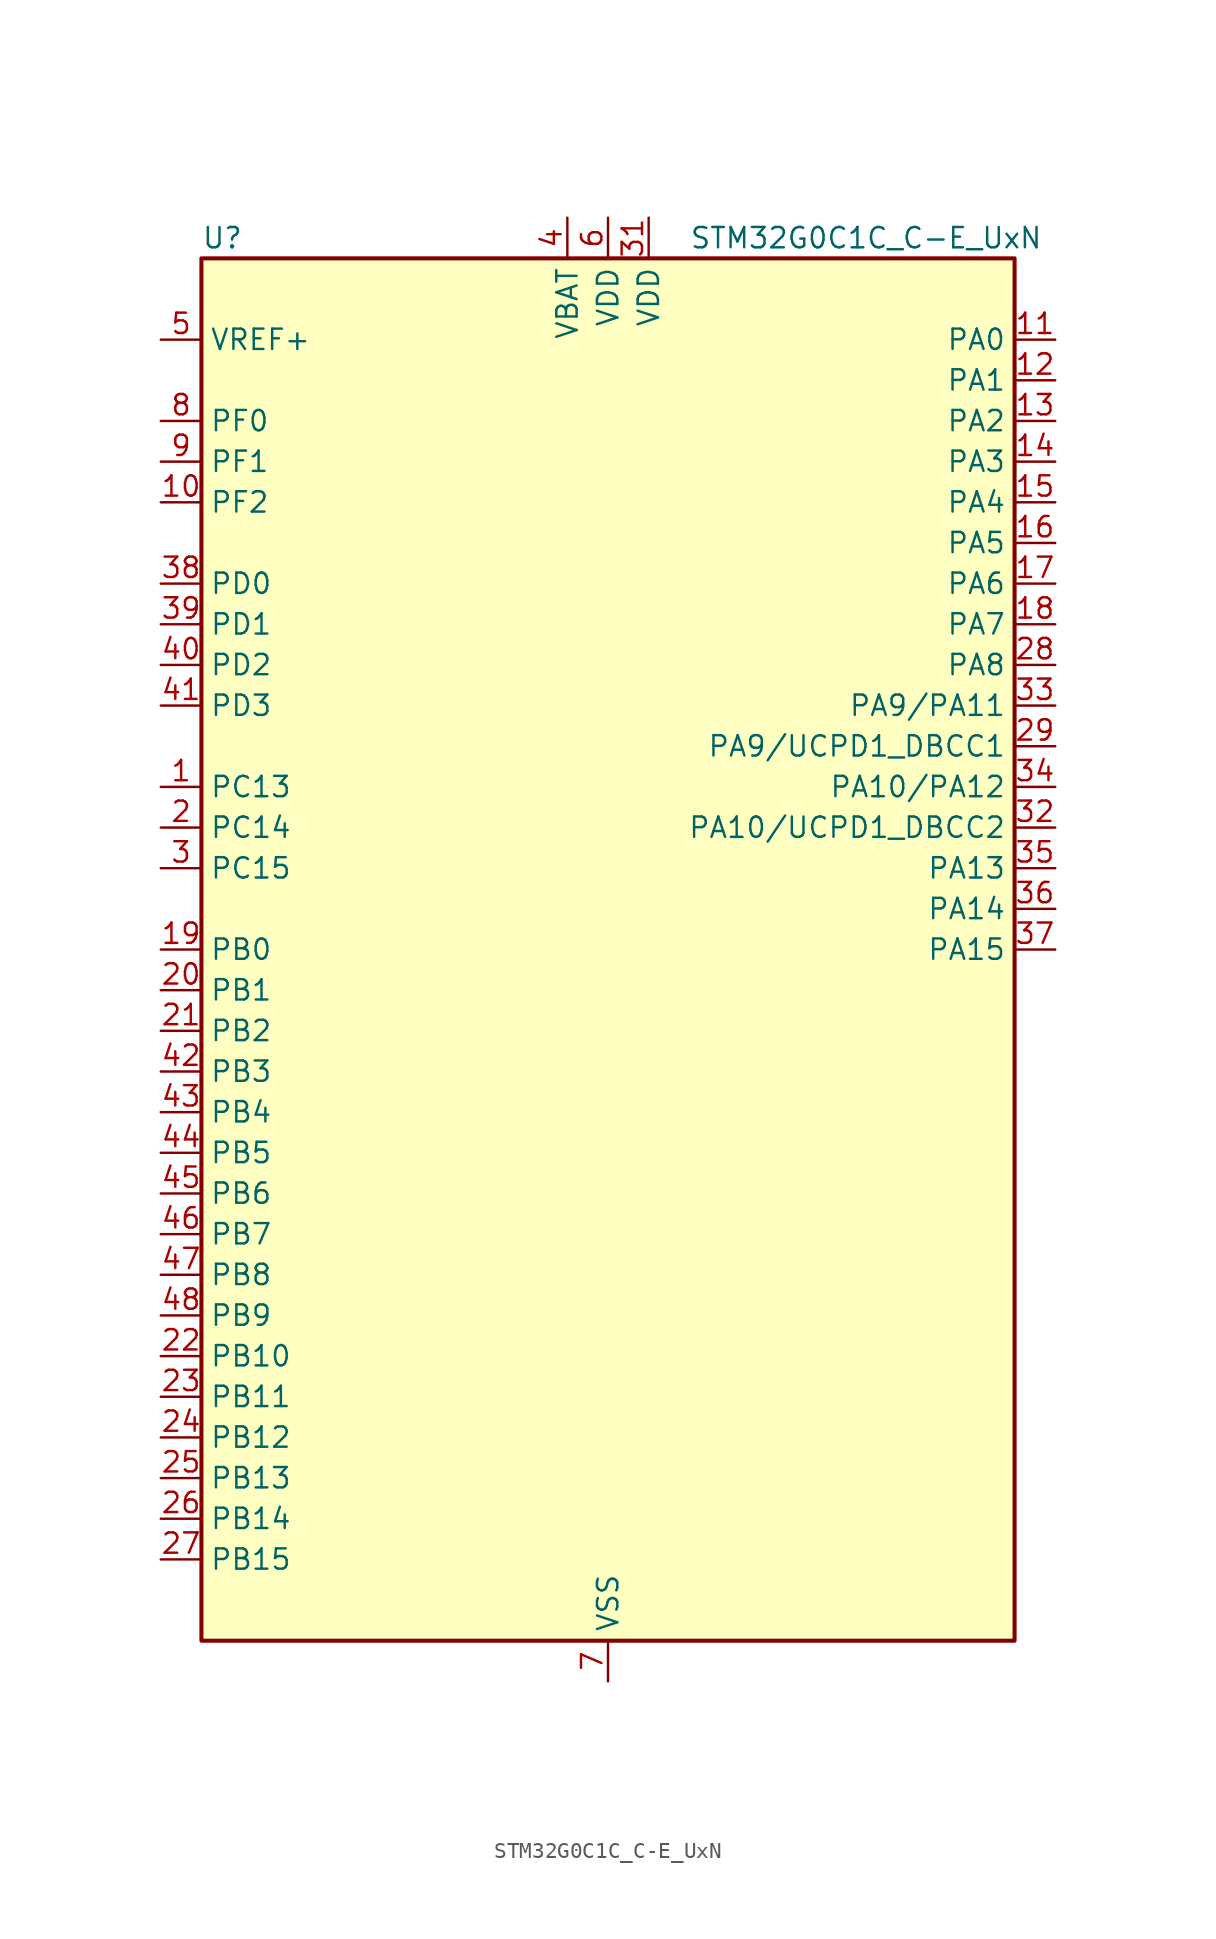
<source format=kicad_sym>
(kicad_symbol_lib
  (version 20241209)
  (generator "kicad_symbol_editor")
  (generator_version "9.0")
  (symbol "STM32G0C1C_C-E_UxN"
    (property "Reference" "U"
      (at -25.4 44.45 0)
      (effects (font (size 1.27 1.27)) (justify left)))
    (property "Value" "STM32G0C1C_C-E_UxN"
      (at 5.08 44.45 0)
      (effects (font (size 1.27 1.27)) (justify left)))
    (symbol "STM32G0C1C_C-E_UxN_0_1"
      (rectangle (start -25.4 -43.18) (end 25.4 43.18) (stroke (width 0.254) (type default)) (fill (type background))))
    (symbol "STM32G0C1C_C-E_UxN_1_1"
      (pin input line (at -27.94 38.1 0) (length 2.54) (name "VREF+" (effects (font (size 1.27 1.27)))) (number "5" (effects (font (size 1.27 1.27)))) (alternate "VREFBUF_OUT" bidirectional line))
      (pin bidirectional line (at -27.94 33.02 0) (length 2.54) (name "PF0" (effects (font (size 1.27 1.27)))) (number "8" (effects (font (size 1.27 1.27)))) (alternate "CRS1_SYNC" bidirectional line) (alternate "RCC_OSC_IN" bidirectional line) (alternate "TIM14_CH1" bidirectional line))
      (pin bidirectional line (at -27.94 30.48 0) (length 2.54) (name "PF1" (effects (font (size 1.27 1.27)))) (number "9" (effects (font (size 1.27 1.27)))) (alternate "RCC_OSC_EN" bidirectional line) (alternate "RCC_OSC_OUT" bidirectional line) (alternate "TIM15_CH1N" bidirectional line))
      (pin bidirectional line (at -27.94 27.94 0) (length 2.54) (name "PF2" (effects (font (size 1.27 1.27)))) (number "10" (effects (font (size 1.27 1.27)))) (alternate "LPUART2_DE" bidirectional line) (alternate "LPUART2_RTS" bidirectional line) (alternate "LPUART2_TX" bidirectional line) (alternate "RCC_MCO" bidirectional line))
      (pin bidirectional line (at -27.94 22.86 0) (length 2.54) (name "PD0" (effects (font (size 1.27 1.27)))) (number "38" (effects (font (size 1.27 1.27)))) (alternate "FDCAN1_RX" bidirectional line) (alternate "I2S2_WS" bidirectional line) (alternate "SPI2_NSS" bidirectional line) (alternate "TIM16_CH1" bidirectional line) (alternate "UCPD2_CC1" bidirectional line))
      (pin bidirectional line (at -27.94 20.32 0) (length 2.54) (name "PD1" (effects (font (size 1.27 1.27)))) (number "39" (effects (font (size 1.27 1.27)))) (alternate "FDCAN1_TX" bidirectional line) (alternate "I2S2_CK" bidirectional line) (alternate "SPI2_SCK" bidirectional line) (alternate "TIM17_CH1" bidirectional line) (alternate "UCPD2_DBCC1" bidirectional line))
      (pin bidirectional line (at -27.94 17.78 0) (length 2.54) (name "PD2" (effects (font (size 1.27 1.27)))) (number "40" (effects (font (size 1.27 1.27)))) (alternate "TIM1_CH1N" bidirectional line) (alternate "TIM3_ETR" bidirectional line) (alternate "UCPD2_CC2" bidirectional line) (alternate "USART3_CK" bidirectional line) (alternate "USART3_DE" bidirectional line) (alternate "USART3_RTS" bidirectional line) (alternate "USART5_RX" bidirectional line))
      (pin bidirectional line (at -27.94 15.24 0) (length 2.54) (name "PD3" (effects (font (size 1.27 1.27)))) (number "41" (effects (font (size 1.27 1.27)))) (alternate "I2S2_MCK" bidirectional line) (alternate "SPI2_MISO" bidirectional line) (alternate "TIM1_CH2N" bidirectional line) (alternate "UCPD2_DBCC2" bidirectional line) (alternate "USART2_CTS" bidirectional line) (alternate "USART2_NSS" bidirectional line) (alternate "USART5_TX" bidirectional line))
      (pin bidirectional line (at -27.94 10.16 0) (length 2.54) (name "PC13" (effects (font (size 1.27 1.27)))) (number "1" (effects (font (size 1.27 1.27)))) (alternate "RTC_OUT1" bidirectional line) (alternate "RTC_TAMP_IN1" bidirectional line) (alternate "RTC_TS" bidirectional line) (alternate "SYS_WKUP2" bidirectional line) (alternate "TIM1_BK" bidirectional line))
      (pin bidirectional line (at -27.94 7.62 0) (length 2.54) (name "PC14" (effects (font (size 1.27 1.27)))) (number "2" (effects (font (size 1.27 1.27)))) (alternate "RCC_OSC32_IN" bidirectional line) (alternate "TIM1_BK2" bidirectional line))
      (pin bidirectional line (at -27.94 5.08 0) (length 2.54) (name "PC15" (effects (font (size 1.27 1.27)))) (number "3" (effects (font (size 1.27 1.27)))) (alternate "RCC_OSC32_EN" bidirectional line) (alternate "RCC_OSC32_OUT" bidirectional line) (alternate "RCC_OSC_EN" bidirectional line) (alternate "TIM15_BK" bidirectional line))
      (pin bidirectional line (at -27.94 0 0) (length 2.54) (name "PB0" (effects (font (size 1.27 1.27)))) (number "19" (effects (font (size 1.27 1.27)))) (alternate "ADC1_IN8" bidirectional line) (alternate "COMP1_OUT" bidirectional line) (alternate "COMP3_INP" bidirectional line) (alternate "FDCAN2_RX" bidirectional line) (alternate "I2S1_WS" bidirectional line) (alternate "LPTIM1_OUT" bidirectional line) (alternate "LPUART2_CTS" bidirectional line) (alternate "SPI1_NSS" bidirectional line) (alternate "TIM1_CH2N" bidirectional line) (alternate "TIM3_CH3" bidirectional line) (alternate "UCPD1_FRSTX1" bidirectional line) (alternate "UCPD1_FRSTX2" bidirectional line) (alternate "USART3_RX" bidirectional line) (alternate "USART5_TX" bidirectional line))
      (pin bidirectional line (at -27.94 -2.54 0) (length 2.54) (name "PB1" (effects (font (size 1.27 1.27)))) (number "20" (effects (font (size 1.27 1.27)))) (alternate "ADC1_IN9" bidirectional line) (alternate "COMP1_INM" bidirectional line) (alternate "COMP3_OUT" bidirectional line) (alternate "FDCAN2_TX" bidirectional line) (alternate "LPTIM2_IN1" bidirectional line) (alternate "LPUART1_DE" bidirectional line) (alternate "LPUART1_RTS" bidirectional line) (alternate "LPUART2_DE" bidirectional line) (alternate "LPUART2_RTS" bidirectional line) (alternate "TIM14_CH1" bidirectional line) (alternate "TIM1_CH3N" bidirectional line) (alternate "TIM3_CH4" bidirectional line) (alternate "USART3_CK" bidirectional line) (alternate "USART3_DE" bidirectional line) (alternate "USART3_RTS" bidirectional line) (alternate "USART5_RX" bidirectional line))
      (pin bidirectional line (at -27.94 -5.08 0) (length 2.54) (name "PB2" (effects (font (size 1.27 1.27)))) (number "21" (effects (font (size 1.27 1.27)))) (alternate "ADC1_IN10" bidirectional line) (alternate "COMP1_INP" bidirectional line) (alternate "COMP3_INM" bidirectional line) (alternate "I2S2_MCK" bidirectional line) (alternate "LPTIM1_OUT" bidirectional line) (alternate "RCC_MCO_2" bidirectional line) (alternate "SPI2_MISO" bidirectional line) (alternate "USART3_TX" bidirectional line))
      (pin bidirectional line (at -27.94 -7.62 0) (length 2.54) (name "PB3" (effects (font (size 1.27 1.27)))) (number "42" (effects (font (size 1.27 1.27)))) (alternate "COMP2_INM" bidirectional line) (alternate "I2C2_SCL" bidirectional line) (alternate "I2C3_SCL" bidirectional line) (alternate "I2S1_CK" bidirectional line) (alternate "SPI1_SCK" bidirectional line) (alternate "SPI3_SCK" bidirectional line) (alternate "TIM1_CH2" bidirectional line) (alternate "TIM2_CH2" bidirectional line) (alternate "USART1_CK" bidirectional line) (alternate "USART1_DE" bidirectional line) (alternate "USART1_RTS" bidirectional line) (alternate "USART5_TX" bidirectional line))
      (pin bidirectional line (at -27.94 -10.16 0) (length 2.54) (name "PB4" (effects (font (size 1.27 1.27)))) (number "43" (effects (font (size 1.27 1.27)))) (alternate "COMP2_INP" bidirectional line) (alternate "I2C2_SDA" bidirectional line) (alternate "I2C3_SDA" bidirectional line) (alternate "I2S1_MCK" bidirectional line) (alternate "SPI1_MISO" bidirectional line) (alternate "SPI3_MISO" bidirectional line) (alternate "TIM17_BK" bidirectional line) (alternate "TIM3_CH1" bidirectional line) (alternate "USART1_CTS" bidirectional line) (alternate "USART1_NSS" bidirectional line) (alternate "USART5_RX" bidirectional line))
      (pin bidirectional line (at -27.94 -12.7 0) (length 2.54) (name "PB5" (effects (font (size 1.27 1.27)))) (number "44" (effects (font (size 1.27 1.27)))) (alternate "COMP2_OUT" bidirectional line) (alternate "FDCAN2_RX" bidirectional line) (alternate "I2C1_SMBA" bidirectional line) (alternate "I2S1_SD" bidirectional line) (alternate "LPTIM1_IN1" bidirectional line) (alternate "SPI1_MOSI" bidirectional line) (alternate "SPI3_MOSI" bidirectional line) (alternate "SYS_WKUP6" bidirectional line) (alternate "TIM16_BK" bidirectional line) (alternate "TIM3_CH2" bidirectional line) (alternate "USART5_CK" bidirectional line) (alternate "USART5_DE" bidirectional line) (alternate "USART5_RTS" bidirectional line))
      (pin bidirectional line (at -27.94 -15.24 0) (length 2.54) (name "PB6" (effects (font (size 1.27 1.27)))) (number "45" (effects (font (size 1.27 1.27)))) (alternate "COMP2_INP" bidirectional line) (alternate "FDCAN2_TX" bidirectional line) (alternate "I2C1_SCL" bidirectional line) (alternate "I2S2_MCK" bidirectional line) (alternate "LPTIM1_ETR" bidirectional line) (alternate "LPUART2_TX" bidirectional line) (alternate "SPI2_MISO" bidirectional line) (alternate "TIM16_CH1N" bidirectional line) (alternate "TIM1_CH3" bidirectional line) (alternate "TIM4_CH1" bidirectional line) (alternate "USART1_TX" bidirectional line) (alternate "USART5_CTS" bidirectional line) (alternate "USART5_NSS" bidirectional line))
      (pin bidirectional line (at -27.94 -17.78 0) (length 2.54) (name "PB7" (effects (font (size 1.27 1.27)))) (number "46" (effects (font (size 1.27 1.27)))) (alternate "COMP2_INM" bidirectional line) (alternate "I2C1_SDA" bidirectional line) (alternate "I2S2_SD" bidirectional line) (alternate "LPTIM1_IN2" bidirectional line) (alternate "LPUART2_RX" bidirectional line) (alternate "SPI2_MOSI" bidirectional line) (alternate "SYS_PVD_IN" bidirectional line) (alternate "TIM17_CH1N" bidirectional line) (alternate "TIM4_CH2" bidirectional line) (alternate "USART1_RX" bidirectional line) (alternate "USART4_CTS" bidirectional line) (alternate "USART4_NSS" bidirectional line))
      (pin bidirectional line (at -27.94 -20.32 0) (length 2.54) (name "PB8" (effects (font (size 1.27 1.27)))) (number "47" (effects (font (size 1.27 1.27)))) (alternate "CEC" bidirectional line) (alternate "FDCAN1_RX" bidirectional line) (alternate "I2C1_SCL" bidirectional line) (alternate "I2S2_CK" bidirectional line) (alternate "SPI2_SCK" bidirectional line) (alternate "TIM15_BK" bidirectional line) (alternate "TIM16_CH1" bidirectional line) (alternate "TIM4_CH3" bidirectional line) (alternate "USART3_TX" bidirectional line) (alternate "USART6_TX" bidirectional line))
      (pin bidirectional line (at -27.94 -22.86 0) (length 2.54) (name "PB9" (effects (font (size 1.27 1.27)))) (number "48" (effects (font (size 1.27 1.27)))) (alternate "DAC1_EXTI9" bidirectional line) (alternate "FDCAN1_TX" bidirectional line) (alternate "I2C1_SDA" bidirectional line) (alternate "I2S2_WS" bidirectional line) (alternate "IR_OUT" bidirectional line) (alternate "SPI2_NSS" bidirectional line) (alternate "TIM17_CH1" bidirectional line) (alternate "TIM4_CH4" bidirectional line) (alternate "UCPD2_FRSTX1" bidirectional line) (alternate "UCPD2_FRSTX2" bidirectional line) (alternate "USART3_RX" bidirectional line) (alternate "USART6_RX" bidirectional line))
      (pin bidirectional line (at -27.94 -25.4 0) (length 2.54) (name "PB10" (effects (font (size 1.27 1.27)))) (number "22" (effects (font (size 1.27 1.27)))) (alternate "ADC1_IN11" bidirectional line) (alternate "CEC" bidirectional line) (alternate "COMP1_OUT" bidirectional line) (alternate "I2C2_SCL" bidirectional line) (alternate "I2S2_CK" bidirectional line) (alternate "LPUART1_RX" bidirectional line) (alternate "SPI2_SCK" bidirectional line) (alternate "TIM2_CH3" bidirectional line) (alternate "USART3_TX" bidirectional line))
      (pin bidirectional line (at -27.94 -27.94 0) (length 2.54) (name "PB11" (effects (font (size 1.27 1.27)))) (number "23" (effects (font (size 1.27 1.27)))) (alternate "ADC1_EXTI11" bidirectional line) (alternate "ADC1_IN15" bidirectional line) (alternate "COMP2_OUT" bidirectional line) (alternate "I2C2_SDA" bidirectional line) (alternate "I2S2_SD" bidirectional line) (alternate "LPUART1_TX" bidirectional line) (alternate "SPI2_MOSI" bidirectional line) (alternate "TIM2_CH4" bidirectional line) (alternate "USART3_RX" bidirectional line))
      (pin bidirectional line (at -27.94 -30.48 0) (length 2.54) (name "PB12" (effects (font (size 1.27 1.27)))) (number "24" (effects (font (size 1.27 1.27)))) (alternate "ADC1_IN16" bidirectional line) (alternate "FDCAN2_RX" bidirectional line) (alternate "I2C2_SMBA" bidirectional line) (alternate "I2S2_WS" bidirectional line) (alternate "LPUART1_DE" bidirectional line) (alternate "LPUART1_RTS" bidirectional line) (alternate "SPI2_NSS" bidirectional line) (alternate "TIM15_BK" bidirectional line) (alternate "TIM1_BK" bidirectional line) (alternate "UCPD2_FRSTX1" bidirectional line) (alternate "UCPD2_FRSTX2" bidirectional line))
      (pin bidirectional line (at -27.94 -33.02 0) (length 2.54) (name "PB13" (effects (font (size 1.27 1.27)))) (number "25" (effects (font (size 1.27 1.27)))) (alternate "FDCAN2_TX" bidirectional line) (alternate "I2C2_SCL" bidirectional line) (alternate "I2S2_CK" bidirectional line) (alternate "LPUART1_CTS" bidirectional line) (alternate "SPI2_SCK" bidirectional line) (alternate "TIM15_CH1N" bidirectional line) (alternate "TIM1_CH1N" bidirectional line) (alternate "USART3_CTS" bidirectional line) (alternate "USART3_NSS" bidirectional line))
      (pin bidirectional line (at -27.94 -35.56 0) (length 2.54) (name "PB14" (effects (font (size 1.27 1.27)))) (number "26" (effects (font (size 1.27 1.27)))) (alternate "I2C2_SDA" bidirectional line) (alternate "I2S2_MCK" bidirectional line) (alternate "SPI2_MISO" bidirectional line) (alternate "TIM15_CH1" bidirectional line) (alternate "TIM1_CH2N" bidirectional line) (alternate "UCPD1_FRSTX1" bidirectional line) (alternate "UCPD1_FRSTX2" bidirectional line) (alternate "USART3_CK" bidirectional line) (alternate "USART3_DE" bidirectional line) (alternate "USART3_RTS" bidirectional line) (alternate "USART6_CK" bidirectional line) (alternate "USART6_DE" bidirectional line) (alternate "USART6_RTS" bidirectional line))
      (pin bidirectional line (at -27.94 -38.1 0) (length 2.54) (name "PB15" (effects (font (size 1.27 1.27)))) (number "27" (effects (font (size 1.27 1.27)))) (alternate "I2S2_SD" bidirectional line) (alternate "RTC_REFIN" bidirectional line) (alternate "SPI2_MOSI" bidirectional line) (alternate "TIM15_CH1N" bidirectional line) (alternate "TIM15_CH2" bidirectional line) (alternate "TIM1_CH3N" bidirectional line) (alternate "UCPD1_CC2" bidirectional line) (alternate "USART6_CTS" bidirectional line) (alternate "USART6_NSS" bidirectional line))
      (pin power_in line (at -2.54 45.72 270) (length 2.54) (name "VBAT" (effects (font (size 1.27 1.27)))) (number "4" (effects (font (size 1.27 1.27)))))
      (pin power_in line (at 0 45.72 270) (length 2.54) (name "VDD" (effects (font (size 1.27 1.27)))) (number "6" (effects (font (size 1.27 1.27)))))
      (pin passive line (at 0 -45.72 90) (length 2.54) (hide yes) (name "VSS" (effects (font (size 1.27 1.27)))) (number "30" (effects (font (size 1.27 1.27)))))
      (pin passive line (at 0 -45.72 90) (length 2.54) (hide yes) (name "VSS" (effects (font (size 1.27 1.27)))) (number "49" (effects (font (size 1.27 1.27)))))
      (pin power_in line (at 0 -45.72 90) (length 2.54) (name "VSS" (effects (font (size 1.27 1.27)))) (number "7" (effects (font (size 1.27 1.27)))))
      (pin power_in line (at 2.54 45.72 270) (length 2.54) (name "VDD" (effects (font (size 1.27 1.27)))) (number "31" (effects (font (size 1.27 1.27)))))
      (pin bidirectional line (at 27.94 38.1 180) (length 2.54) (name "PA0" (effects (font (size 1.27 1.27)))) (number "11" (effects (font (size 1.27 1.27)))) (alternate "ADC1_IN0" bidirectional line) (alternate "COMP1_INM" bidirectional line) (alternate "COMP1_OUT" bidirectional line) (alternate "I2S2_CK" bidirectional line) (alternate "LPTIM1_OUT" bidirectional line) (alternate "RTC_TAMP_IN2" bidirectional line) (alternate "SPI2_SCK" bidirectional line) (alternate "SYS_WKUP1" bidirectional line) (alternate "TIM2_CH1" bidirectional line) (alternate "TIM2_ETR" bidirectional line) (alternate "UCPD2_FRSTX1" bidirectional line) (alternate "UCPD2_FRSTX2" bidirectional line) (alternate "USART2_CTS" bidirectional line) (alternate "USART2_NSS" bidirectional line) (alternate "USART4_TX" bidirectional line))
      (pin bidirectional line (at 27.94 35.56 180) (length 2.54) (name "PA1" (effects (font (size 1.27 1.27)))) (number "12" (effects (font (size 1.27 1.27)))) (alternate "ADC1_IN1" bidirectional line) (alternate "COMP1_INP" bidirectional line) (alternate "I2C1_SMBA" bidirectional line) (alternate "I2S1_CK" bidirectional line) (alternate "SPI1_SCK" bidirectional line) (alternate "TIM15_CH1N" bidirectional line) (alternate "TIM2_CH2" bidirectional line) (alternate "USART2_CK" bidirectional line) (alternate "USART2_DE" bidirectional line) (alternate "USART2_RTS" bidirectional line) (alternate "USART4_RX" bidirectional line))
      (pin bidirectional line (at 27.94 33.02 180) (length 2.54) (name "PA2" (effects (font (size 1.27 1.27)))) (number "13" (effects (font (size 1.27 1.27)))) (alternate "ADC1_IN2" bidirectional line) (alternate "COMP2_INM" bidirectional line) (alternate "COMP2_OUT" bidirectional line) (alternate "I2S1_SD" bidirectional line) (alternate "LPUART1_TX" bidirectional line) (alternate "RCC_LSCO" bidirectional line) (alternate "SPI1_MOSI" bidirectional line) (alternate "SYS_WKUP4" bidirectional line) (alternate "TIM15_CH1" bidirectional line) (alternate "TIM2_CH3" bidirectional line) (alternate "UCPD1_FRSTX1" bidirectional line) (alternate "UCPD1_FRSTX2" bidirectional line) (alternate "USART2_TX" bidirectional line))
      (pin bidirectional line (at 27.94 30.48 180) (length 2.54) (name "PA3" (effects (font (size 1.27 1.27)))) (number "14" (effects (font (size 1.27 1.27)))) (alternate "ADC1_IN3" bidirectional line) (alternate "COMP2_INP" bidirectional line) (alternate "I2S2_MCK" bidirectional line) (alternate "LPUART1_RX" bidirectional line) (alternate "SPI2_MISO" bidirectional line) (alternate "TIM15_CH2" bidirectional line) (alternate "TIM2_CH4" bidirectional line) (alternate "UCPD2_FRSTX1" bidirectional line) (alternate "UCPD2_FRSTX2" bidirectional line) (alternate "USART2_RX" bidirectional line))
      (pin bidirectional line (at 27.94 27.94 180) (length 2.54) (name "PA4" (effects (font (size 1.27 1.27)))) (number "15" (effects (font (size 1.27 1.27)))) (alternate "ADC1_IN4" bidirectional line) (alternate "DAC1_OUT1" bidirectional line) (alternate "I2S1_WS" bidirectional line) (alternate "I2S2_SD" bidirectional line) (alternate "LPTIM2_OUT" bidirectional line) (alternate "RTC_OUT2" bidirectional line) (alternate "SPI1_NSS" bidirectional line) (alternate "SPI2_MOSI" bidirectional line) (alternate "SPI3_NSS" bidirectional line) (alternate "TIM14_CH1" bidirectional line) (alternate "UCPD2_FRSTX1" bidirectional line) (alternate "UCPD2_FRSTX2" bidirectional line) (alternate "USART6_TX" bidirectional line) (alternate "USB_NOE" bidirectional line))
      (pin bidirectional line (at 27.94 25.4 180) (length 2.54) (name "PA5" (effects (font (size 1.27 1.27)))) (number "16" (effects (font (size 1.27 1.27)))) (alternate "ADC1_IN5" bidirectional line) (alternate "CEC" bidirectional line) (alternate "DAC1_OUT2" bidirectional line) (alternate "I2S1_CK" bidirectional line) (alternate "LPTIM2_ETR" bidirectional line) (alternate "SPI1_SCK" bidirectional line) (alternate "TIM2_CH1" bidirectional line) (alternate "TIM2_ETR" bidirectional line) (alternate "UCPD1_FRSTX1" bidirectional line) (alternate "UCPD1_FRSTX2" bidirectional line) (alternate "USART3_TX" bidirectional line) (alternate "USART6_RX" bidirectional line))
      (pin bidirectional line (at 27.94 22.86 180) (length 2.54) (name "PA6" (effects (font (size 1.27 1.27)))) (number "17" (effects (font (size 1.27 1.27)))) (alternate "ADC1_IN6" bidirectional line) (alternate "COMP1_OUT" bidirectional line) (alternate "I2C2_SDA" bidirectional line) (alternate "I2C3_SDA" bidirectional line) (alternate "I2S1_MCK" bidirectional line) (alternate "LPUART1_CTS" bidirectional line) (alternate "SPI1_MISO" bidirectional line) (alternate "TIM16_CH1" bidirectional line) (alternate "TIM1_BK" bidirectional line) (alternate "TIM3_CH1" bidirectional line) (alternate "USART3_CTS" bidirectional line) (alternate "USART3_NSS" bidirectional line) (alternate "USART6_CTS" bidirectional line) (alternate "USART6_NSS" bidirectional line))
      (pin bidirectional line (at 27.94 20.32 180) (length 2.54) (name "PA7" (effects (font (size 1.27 1.27)))) (number "18" (effects (font (size 1.27 1.27)))) (alternate "ADC1_IN7" bidirectional line) (alternate "COMP2_OUT" bidirectional line) (alternate "I2C2_SCL" bidirectional line) (alternate "I2C3_SCL" bidirectional line) (alternate "I2S1_SD" bidirectional line) (alternate "SPI1_MOSI" bidirectional line) (alternate "TIM14_CH1" bidirectional line) (alternate "TIM17_CH1" bidirectional line) (alternate "TIM1_CH1N" bidirectional line) (alternate "TIM3_CH2" bidirectional line) (alternate "UCPD1_FRSTX1" bidirectional line) (alternate "UCPD1_FRSTX2" bidirectional line) (alternate "USART6_CK" bidirectional line) (alternate "USART6_DE" bidirectional line) (alternate "USART6_RTS" bidirectional line))
      (pin bidirectional line (at 27.94 17.78 180) (length 2.54) (name "PA8" (effects (font (size 1.27 1.27)))) (number "28" (effects (font (size 1.27 1.27)))) (alternate "CRS1_SYNC" bidirectional line) (alternate "I2C2_SMBA" bidirectional line) (alternate "I2S2_WS" bidirectional line) (alternate "LPTIM2_OUT" bidirectional line) (alternate "RCC_MCO" bidirectional line) (alternate "SPI2_NSS" bidirectional line) (alternate "TIM1_CH1" bidirectional line) (alternate "UCPD1_CC1" bidirectional line))
      (pin bidirectional line (at 27.94 15.24 180) (length 2.54) (name "PA9/PA11" (effects (font (size 1.27 1.27)))) (number "33" (effects (font (size 1.27 1.27)))) (alternate "ADC1_EXTI11 (PA11)" bidirectional line) (alternate "COMP1_OUT (PA11)" bidirectional line) (alternate "DAC1_EXTI9 (PA9)" bidirectional line) (alternate "FDCAN1_RX (PA11)" bidirectional line) (alternate "I2C1_SCL (PA9)" bidirectional line) (alternate "I2C2_SCL (PA11)" bidirectional line) (alternate "I2C2_SCL (PA9)" bidirectional line) (alternate "I2S1_MCK (PA11)" bidirectional line) (alternate "I2S2_MCK (PA9)" bidirectional line) (alternate "PA11" bidirectional line) (alternate "PA9" bidirectional line) (alternate "RCC_MCO (PA9)" bidirectional line) (alternate "SPI1_MISO (PA11)" bidirectional line) (alternate "SPI2_MISO (PA9)" bidirectional line) (alternate "TIM15_BK (PA9)" bidirectional line) (alternate "TIM1_BK2 (PA11)" bidirectional line) (alternate "TIM1_CH2 (PA9)" bidirectional line) (alternate "TIM1_CH4 (PA11)" bidirectional line) (alternate "UCPD1_DBCC1 (PA9)" bidirectional line) (alternate "USART1_CTS (PA11)" bidirectional line) (alternate "USART1_NSS (PA11)" bidirectional line) (alternate "USART1_TX (PA9)" bidirectional line) (alternate "USB_DM (PA11)" bidirectional line))
      (pin bidirectional line (at 27.94 12.7 180) (length 2.54) (name "PA9/UCPD1_DBCC1" (effects (font (size 1.27 1.27)))) (number "29" (effects (font (size 1.27 1.27)))) (alternate "DAC1_EXTI9 (PA9)" bidirectional line) (alternate "I2C1_SCL (PA9)" bidirectional line) (alternate "I2C2_SCL (PA9)" bidirectional line) (alternate "I2S2_MCK (PA9)" bidirectional line) (alternate "PA9" bidirectional line) (alternate "RCC_MCO (PA9)" bidirectional line) (alternate "SPI2_MISO (PA9)" bidirectional line) (alternate "TIM15_BK (PA9)" bidirectional line) (alternate "TIM1_CH2 (PA9)" bidirectional line) (alternate "UCPD1_DBCC1" bidirectional line) (alternate "UCPD1_DBCC1 (PA9)" bidirectional line) (alternate "UCPD1_DBCC1 (UCPD1_DBCC1)" bidirectional line) (alternate "USART1_TX (PA9)" bidirectional line))
      (pin bidirectional line (at 27.94 10.16 180) (length 2.54) (name "PA10/PA12" (effects (font (size 1.27 1.27)))) (number "34" (effects (font (size 1.27 1.27)))) (alternate "COMP2_OUT (PA12)" bidirectional line) (alternate "FDCAN1_TX (PA12)" bidirectional line) (alternate "I2C1_SDA (PA10)" bidirectional line) (alternate "I2C2_SDA (PA10)" bidirectional line) (alternate "I2C2_SDA (PA12)" bidirectional line) (alternate "I2S1_SD (PA12)" bidirectional line) (alternate "I2S2_SD (PA10)" bidirectional line) (alternate "I2S_CKIN (PA12)" bidirectional line) (alternate "PA10" bidirectional line) (alternate "PA12" bidirectional line) (alternate "RCC_MCO_2 (PA10)" bidirectional line) (alternate "SPI1_MOSI (PA12)" bidirectional line) (alternate "SPI2_MOSI (PA10)" bidirectional line) (alternate "TIM17_BK (PA10)" bidirectional line) (alternate "TIM1_CH3 (PA10)" bidirectional line) (alternate "TIM1_ETR (PA12)" bidirectional line) (alternate "UCPD1_DBCC2 (PA10)" bidirectional line) (alternate "USART1_CK (PA12)" bidirectional line) (alternate "USART1_DE (PA12)" bidirectional line) (alternate "USART1_RTS (PA12)" bidirectional line) (alternate "USART1_RX (PA10)" bidirectional line) (alternate "USB_DP (PA12)" bidirectional line))
      (pin bidirectional line (at 27.94 7.62 180) (length 2.54) (name "PA10/UCPD1_DBCC2" (effects (font (size 1.27 1.27)))) (number "32" (effects (font (size 1.27 1.27)))) (alternate "I2C1_SDA (PA10)" bidirectional line) (alternate "I2C2_SDA (PA10)" bidirectional line) (alternate "I2S2_SD (PA10)" bidirectional line) (alternate "PA10" bidirectional line) (alternate "RCC_MCO_2 (PA10)" bidirectional line) (alternate "SPI2_MOSI (PA10)" bidirectional line) (alternate "TIM17_BK (PA10)" bidirectional line) (alternate "TIM1_CH3 (PA10)" bidirectional line) (alternate "UCPD1_DBCC2" bidirectional line) (alternate "UCPD1_DBCC2 (PA10)" bidirectional line) (alternate "UCPD1_DBCC2 (UCPD1_DBCC2)" bidirectional line) (alternate "USART1_RX (PA10)" bidirectional line))
      (pin bidirectional line (at 27.94 5.08 180) (length 2.54) (name "PA13" (effects (font (size 1.27 1.27)))) (number "35" (effects (font (size 1.27 1.27)))) (alternate "IR_OUT" bidirectional line) (alternate "LPUART2_RX" bidirectional line) (alternate "SYS_SWDIO" bidirectional line) (alternate "USB_NOE" bidirectional line))
      (pin bidirectional line (at 27.94 2.54 180) (length 2.54) (name "PA14" (effects (font (size 1.27 1.27)))) (number "36" (effects (font (size 1.27 1.27)))) (alternate "LPUART2_TX" bidirectional line) (alternate "SYS_SWCLK" bidirectional line) (alternate "USART2_TX" bidirectional line))
      (pin bidirectional line (at 27.94 0 180) (length 2.54) (name "PA15" (effects (font (size 1.27 1.27)))) (number "37" (effects (font (size 1.27 1.27)))) (alternate "I2C2_SMBA" bidirectional line) (alternate "I2S1_WS" bidirectional line) (alternate "RCC_MCO_2" bidirectional line) (alternate "SPI1_NSS" bidirectional line) (alternate "SPI3_NSS" bidirectional line) (alternate "TIM2_CH1" bidirectional line) (alternate "TIM2_ETR" bidirectional line) (alternate "USART2_RX" bidirectional line) (alternate "USART3_CK" bidirectional line) (alternate "USART3_DE" bidirectional line) (alternate "USART3_RTS" bidirectional line) (alternate "USART4_CK" bidirectional line) (alternate "USART4_DE" bidirectional line) (alternate "USART4_RTS" bidirectional line) (alternate "USB_NOE" bidirectional line)))))
</source>
